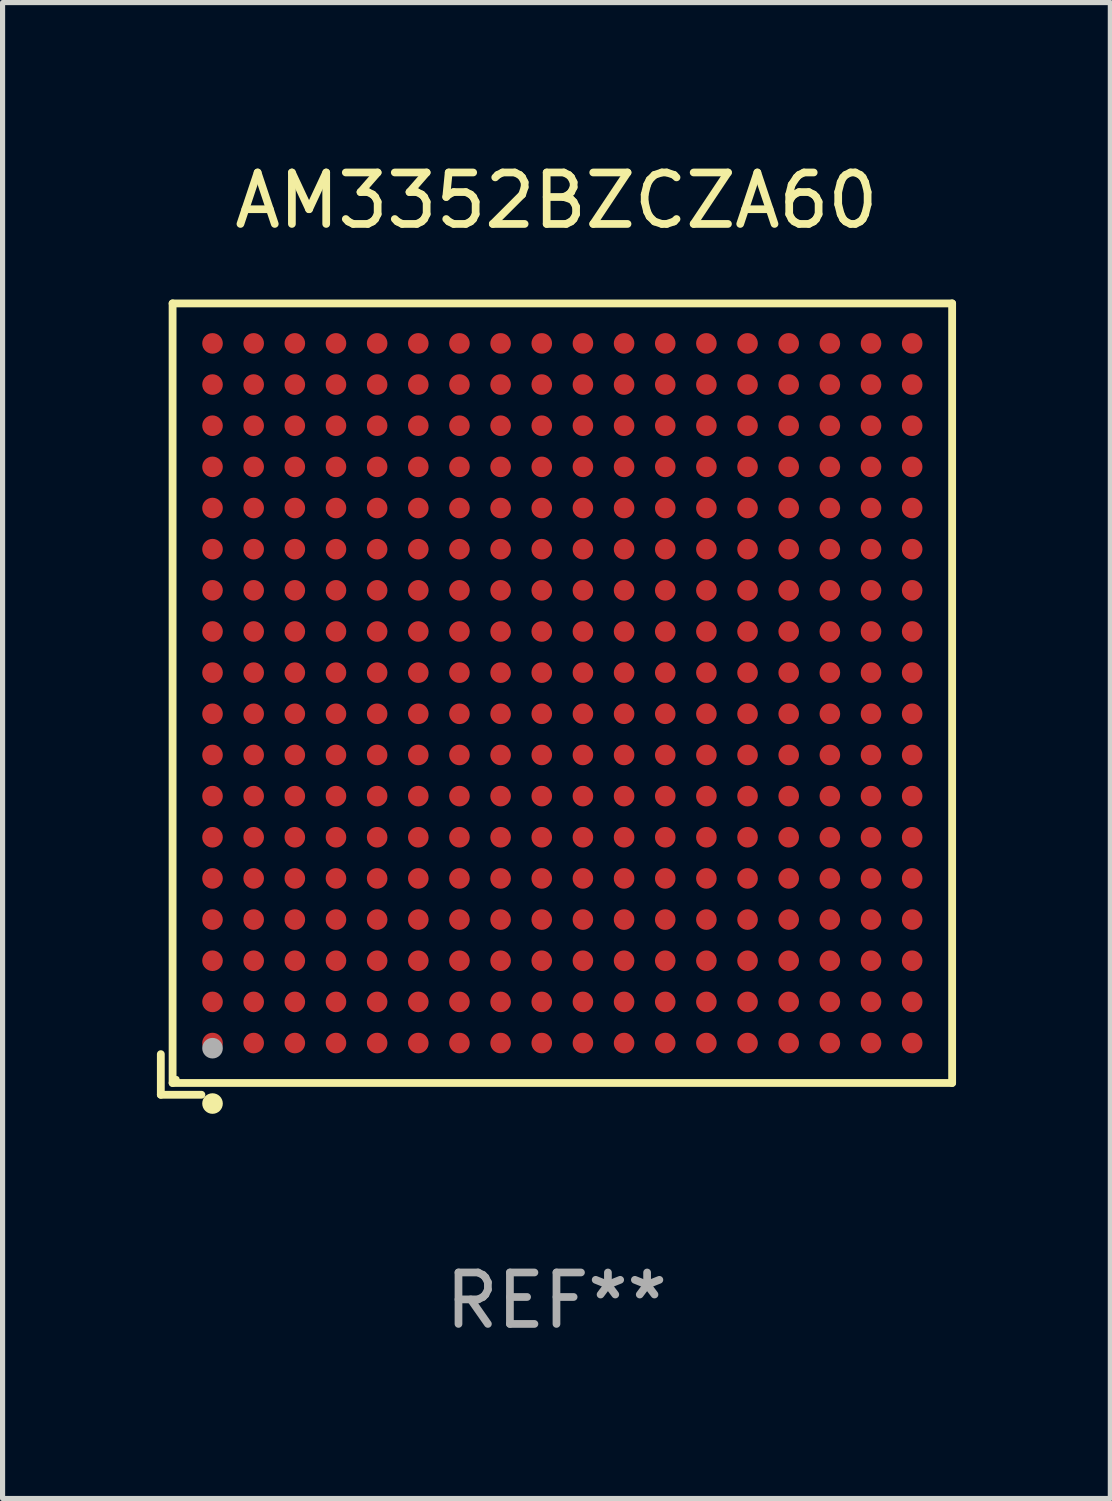
<source format=kicad_pcb>
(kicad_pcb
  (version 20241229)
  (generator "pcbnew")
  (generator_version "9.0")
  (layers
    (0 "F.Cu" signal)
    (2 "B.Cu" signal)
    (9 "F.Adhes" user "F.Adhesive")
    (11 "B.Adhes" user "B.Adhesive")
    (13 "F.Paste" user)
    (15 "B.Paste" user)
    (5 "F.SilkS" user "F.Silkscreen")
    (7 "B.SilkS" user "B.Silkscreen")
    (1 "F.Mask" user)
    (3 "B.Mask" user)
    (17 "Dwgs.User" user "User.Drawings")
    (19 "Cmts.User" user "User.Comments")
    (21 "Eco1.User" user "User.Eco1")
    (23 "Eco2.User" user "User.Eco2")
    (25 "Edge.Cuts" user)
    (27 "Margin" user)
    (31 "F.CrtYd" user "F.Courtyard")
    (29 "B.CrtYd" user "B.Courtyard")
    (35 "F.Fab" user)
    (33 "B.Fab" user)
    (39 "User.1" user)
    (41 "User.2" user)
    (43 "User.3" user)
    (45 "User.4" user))
  (footprint "AM3352BZCZA60"
    (layer "F.Cu")
    (at 7.767 10.539)
    (property "Reference" "AM3352BZCZA60" (at 0 -9.691 0) (layer "F.SilkS") (effects (font (size 1 1) (thickness 0.15))))
    (attr through_hole)
    (fp_line (start -7.691 6.902) (end -7.691 7.691) (stroke (width 0.152) (type solid)) (layer "F.SilkS"))
    (fp_line (start -7.691 7.691) (end -6.902 7.691) (stroke (width 0.152) (type solid)) (layer "F.SilkS"))
    (fp_line (start -7.462 -7.691) (end 7.691 -7.691) (stroke (width 0.152) (type solid)) (layer "F.SilkS"))
    (fp_line (start -7.462 7.462) (end -7.462 -7.691) (stroke (width 0.152) (type solid)) (layer "F.SilkS"))
    (fp_line (start 7.691 -7.691) (end 7.691 7.462) (stroke (width 0.152) (type solid)) (layer "F.SilkS"))
    (fp_line (start 7.691 7.462) (end -7.462 7.462) (stroke (width 0.152) (type solid)) (layer "F.SilkS"))
    (fp_circle (center -7.386 7.386) (end -7.356 7.386) (stroke (width 0.06) (type solid)) (fill no) (layer "F.SilkS"))
    (fp_circle (center -6.686 7.862) (end -6.586 7.862) (stroke (width 0.2) (type solid)) (fill no) (layer "F.SilkS"))
    (fp_circle (center -6.686 6.786) (end -6.586 6.786) (stroke (width 0.2) (type solid)) (fill no) (layer "F.Fab"))
    (fp_text user "REF**" (at 0 11.691 0) (layer "F.Fab") (effects (font (size 1 1) (thickness 0.15))))
    (pad "A1" smd circle (at -6.686 6.686) (size 0.4 0.4) (layers "F.Cu" "F.Mask" "F.Paste"))
    (pad "A2" smd circle (at -6.686 5.886) (size 0.4 0.4) (layers "F.Cu" "F.Mask" "F.Paste"))
    (pad "A3" smd circle (at -6.686 5.086) (size 0.4 0.4) (layers "F.Cu" "F.Mask" "F.Paste"))
    (pad "A4" smd circle (at -6.686 4.286) (size 0.4 0.4) (layers "F.Cu" "F.Mask" "F.Paste"))
    (pad "A5" smd circle (at -6.686 3.486) (size 0.4 0.4) (layers "F.Cu" "F.Mask" "F.Paste"))
    (pad "A6" smd circle (at -6.686 2.686) (size 0.4 0.4) (layers "F.Cu" "F.Mask" "F.Paste"))
    (pad "A7" smd circle (at -6.686 1.886) (size 0.4 0.4) (layers "F.Cu" "F.Mask" "F.Paste"))
    (pad "A8" smd circle (at -6.686 1.086) (size 0.4 0.4) (layers "F.Cu" "F.Mask" "F.Paste"))
    (pad "A9" smd circle (at -6.686 0.286) (size 0.4 0.4) (layers "F.Cu" "F.Mask" "F.Paste"))
    (pad "A10" smd circle (at -6.686 -0.514) (size 0.4 0.4) (layers "F.Cu" "F.Mask" "F.Paste"))
    (pad "A11" smd circle (at -6.686 -1.314) (size 0.4 0.4) (layers "F.Cu" "F.Mask" "F.Paste"))
    (pad "A12" smd circle (at -6.686 -2.114) (size 0.4 0.4) (layers "F.Cu" "F.Mask" "F.Paste"))
    (pad "A13" smd circle (at -6.686 -2.914) (size 0.4 0.4) (layers "F.Cu" "F.Mask" "F.Paste"))
    (pad "A14" smd circle (at -6.686 -3.714) (size 0.4 0.4) (layers "F.Cu" "F.Mask" "F.Paste"))
    (pad "A15" smd circle (at -6.686 -4.514) (size 0.4 0.4) (layers "F.Cu" "F.Mask" "F.Paste"))
    (pad "A16" smd circle (at -6.686 -5.314) (size 0.4 0.4) (layers "F.Cu" "F.Mask" "F.Paste"))
    (pad "A17" smd circle (at -6.686 -6.114) (size 0.4 0.4) (layers "F.Cu" "F.Mask" "F.Paste"))
    (pad "A18" smd circle (at -6.686 -6.914) (size 0.4 0.4) (layers "F.Cu" "F.Mask" "F.Paste"))
    (pad "B1" smd circle (at -5.886 6.686) (size 0.4 0.4) (layers "F.Cu" "F.Mask" "F.Paste"))
    (pad "B2" smd circle (at -5.886 5.886) (size 0.4 0.4) (layers "F.Cu" "F.Mask" "F.Paste"))
    (pad "B3" smd circle (at -5.886 5.086) (size 0.4 0.4) (layers "F.Cu" "F.Mask" "F.Paste"))
    (pad "B4" smd circle (at -5.886 4.286) (size 0.4 0.4) (layers "F.Cu" "F.Mask" "F.Paste"))
    (pad "B5" smd circle (at -5.886 3.486) (size 0.4 0.4) (layers "F.Cu" "F.Mask" "F.Paste"))
    (pad "B6" smd circle (at -5.886 2.686) (size 0.4 0.4) (layers "F.Cu" "F.Mask" "F.Paste"))
    (pad "B7" smd circle (at -5.886 1.886) (size 0.4 0.4) (layers "F.Cu" "F.Mask" "F.Paste"))
    (pad "B8" smd circle (at -5.886 1.086) (size 0.4 0.4) (layers "F.Cu" "F.Mask" "F.Paste"))
    (pad "B9" smd circle (at -5.886 0.286) (size 0.4 0.4) (layers "F.Cu" "F.Mask" "F.Paste"))
    (pad "B10" smd circle (at -5.886 -0.514) (size 0.4 0.4) (layers "F.Cu" "F.Mask" "F.Paste"))
    (pad "B11" smd circle (at -5.886 -1.314) (size 0.4 0.4) (layers "F.Cu" "F.Mask" "F.Paste"))
    (pad "B12" smd circle (at -5.886 -2.114) (size 0.4 0.4) (layers "F.Cu" "F.Mask" "F.Paste"))
    (pad "B13" smd circle (at -5.886 -2.914) (size 0.4 0.4) (layers "F.Cu" "F.Mask" "F.Paste"))
    (pad "B14" smd circle (at -5.886 -3.714) (size 0.4 0.4) (layers "F.Cu" "F.Mask" "F.Paste"))
    (pad "B15" smd circle (at -5.886 -4.514) (size 0.4 0.4) (layers "F.Cu" "F.Mask" "F.Paste"))
    (pad "B16" smd circle (at -5.886 -5.314) (size 0.4 0.4) (layers "F.Cu" "F.Mask" "F.Paste"))
    (pad "B17" smd circle (at -5.886 -6.114) (size 0.4 0.4) (layers "F.Cu" "F.Mask" "F.Paste"))
    (pad "B18" smd circle (at -5.886 -6.914) (size 0.4 0.4) (layers "F.Cu" "F.Mask" "F.Paste"))
    (pad "C1" smd circle (at -5.086 6.686) (size 0.4 0.4) (layers "F.Cu" "F.Mask" "F.Paste"))
    (pad "C2" smd circle (at -5.086 5.886) (size 0.4 0.4) (layers "F.Cu" "F.Mask" "F.Paste"))
    (pad "C3" smd circle (at -5.086 5.086) (size 0.4 0.4) (layers "F.Cu" "F.Mask" "F.Paste"))
    (pad "C4" smd circle (at -5.086 4.286) (size 0.4 0.4) (layers "F.Cu" "F.Mask" "F.Paste"))
    (pad "C5" smd circle (at -5.086 3.486) (size 0.4 0.4) (layers "F.Cu" "F.Mask" "F.Paste"))
    (pad "C6" smd circle (at -5.086 2.686) (size 0.4 0.4) (layers "F.Cu" "F.Mask" "F.Paste"))
    (pad "C7" smd circle (at -5.086 1.886) (size 0.4 0.4) (layers "F.Cu" "F.Mask" "F.Paste"))
    (pad "C8" smd circle (at -5.086 1.086) (size 0.4 0.4) (layers "F.Cu" "F.Mask" "F.Paste"))
    (pad "C9" smd circle (at -5.086 0.286) (size 0.4 0.4) (layers "F.Cu" "F.Mask" "F.Paste"))
    (pad "C10" smd circle (at -5.086 -0.514) (size 0.4 0.4) (layers "F.Cu" "F.Mask" "F.Paste"))
    (pad "C11" smd circle (at -5.086 -1.314) (size 0.4 0.4) (layers "F.Cu" "F.Mask" "F.Paste"))
    (pad "C12" smd circle (at -5.086 -2.114) (size 0.4 0.4) (layers "F.Cu" "F.Mask" "F.Paste"))
    (pad "C13" smd circle (at -5.086 -2.914) (size 0.4 0.4) (layers "F.Cu" "F.Mask" "F.Paste"))
    (pad "C14" smd circle (at -5.086 -3.714) (size 0.4 0.4) (layers "F.Cu" "F.Mask" "F.Paste"))
    (pad "C15" smd circle (at -5.086 -4.514) (size 0.4 0.4) (layers "F.Cu" "F.Mask" "F.Paste"))
    (pad "C16" smd circle (at -5.086 -5.314) (size 0.4 0.4) (layers "F.Cu" "F.Mask" "F.Paste"))
    (pad "C17" smd circle (at -5.086 -6.114) (size 0.4 0.4) (layers "F.Cu" "F.Mask" "F.Paste"))
    (pad "C18" smd circle (at -5.086 -6.914) (size 0.4 0.4) (layers "F.Cu" "F.Mask" "F.Paste"))
    (pad "D1" smd circle (at -4.286 6.686) (size 0.4 0.4) (layers "F.Cu" "F.Mask" "F.Paste"))
    (pad "D2" smd circle (at -4.286 5.886) (size 0.4 0.4) (layers "F.Cu" "F.Mask" "F.Paste"))
    (pad "D3" smd circle (at -4.286 5.086) (size 0.4 0.4) (layers "F.Cu" "F.Mask" "F.Paste"))
    (pad "D4" smd circle (at -4.286 4.286) (size 0.4 0.4) (layers "F.Cu" "F.Mask" "F.Paste"))
    (pad "D5" smd circle (at -4.286 3.486) (size 0.4 0.4) (layers "F.Cu" "F.Mask" "F.Paste"))
    (pad "D6" smd circle (at -4.286 2.686) (size 0.4 0.4) (layers "F.Cu" "F.Mask" "F.Paste"))
    (pad "D7" smd circle (at -4.286 1.886) (size 0.4 0.4) (layers "F.Cu" "F.Mask" "F.Paste"))
    (pad "D8" smd circle (at -4.286 1.086) (size 0.4 0.4) (layers "F.Cu" "F.Mask" "F.Paste"))
    (pad "D9" smd circle (at -4.286 0.286) (size 0.4 0.4) (layers "F.Cu" "F.Mask" "F.Paste"))
    (pad "D10" smd circle (at -4.286 -0.514) (size 0.4 0.4) (layers "F.Cu" "F.Mask" "F.Paste"))
    (pad "D11" smd circle (at -4.286 -1.314) (size 0.4 0.4) (layers "F.Cu" "F.Mask" "F.Paste"))
    (pad "D12" smd circle (at -4.286 -2.114) (size 0.4 0.4) (layers "F.Cu" "F.Mask" "F.Paste"))
    (pad "D13" smd circle (at -4.286 -2.914) (size 0.4 0.4) (layers "F.Cu" "F.Mask" "F.Paste"))
    (pad "D14" smd circle (at -4.286 -3.714) (size 0.4 0.4) (layers "F.Cu" "F.Mask" "F.Paste"))
    (pad "D15" smd circle (at -4.286 -4.514) (size 0.4 0.4) (layers "F.Cu" "F.Mask" "F.Paste"))
    (pad "D16" smd circle (at -4.286 -5.314) (size 0.4 0.4) (layers "F.Cu" "F.Mask" "F.Paste"))
    (pad "D17" smd circle (at -4.286 -6.114) (size 0.4 0.4) (layers "F.Cu" "F.Mask" "F.Paste"))
    (pad "D18" smd circle (at -4.286 -6.914) (size 0.4 0.4) (layers "F.Cu" "F.Mask" "F.Paste"))
    (pad "E1" smd circle (at -3.486 6.686) (size 0.4 0.4) (layers "F.Cu" "F.Mask" "F.Paste"))
    (pad "E2" smd circle (at -3.486 5.886) (size 0.4 0.4) (layers "F.Cu" "F.Mask" "F.Paste"))
    (pad "E3" smd circle (at -3.486 5.086) (size 0.4 0.4) (layers "F.Cu" "F.Mask" "F.Paste"))
    (pad "E4" smd circle (at -3.486 4.286) (size 0.4 0.4) (layers "F.Cu" "F.Mask" "F.Paste"))
    (pad "E5" smd circle (at -3.486 3.486) (size 0.4 0.4) (layers "F.Cu" "F.Mask" "F.Paste"))
    (pad "E6" smd circle (at -3.486 2.686) (size 0.4 0.4) (layers "F.Cu" "F.Mask" "F.Paste"))
    (pad "E7" smd circle (at -3.486 1.886) (size 0.4 0.4) (layers "F.Cu" "F.Mask" "F.Paste"))
    (pad "E8" smd circle (at -3.486 1.086) (size 0.4 0.4) (layers "F.Cu" "F.Mask" "F.Paste"))
    (pad "E9" smd circle (at -3.486 0.286) (size 0.4 0.4) (layers "F.Cu" "F.Mask" "F.Paste"))
    (pad "E10" smd circle (at -3.486 -0.514) (size 0.4 0.4) (layers "F.Cu" "F.Mask" "F.Paste"))
    (pad "E11" smd circle (at -3.486 -1.314) (size 0.4 0.4) (layers "F.Cu" "F.Mask" "F.Paste"))
    (pad "E12" smd circle (at -3.486 -2.114) (size 0.4 0.4) (layers "F.Cu" "F.Mask" "F.Paste"))
    (pad "E13" smd circle (at -3.486 -2.914) (size 0.4 0.4) (layers "F.Cu" "F.Mask" "F.Paste"))
    (pad "E14" smd circle (at -3.486 -3.714) (size 0.4 0.4) (layers "F.Cu" "F.Mask" "F.Paste"))
    (pad "E15" smd circle (at -3.486 -4.514) (size 0.4 0.4) (layers "F.Cu" "F.Mask" "F.Paste"))
    (pad "E16" smd circle (at -3.486 -5.314) (size 0.4 0.4) (layers "F.Cu" "F.Mask" "F.Paste"))
    (pad "E17" smd circle (at -3.486 -6.114) (size 0.4 0.4) (layers "F.Cu" "F.Mask" "F.Paste"))
    (pad "E18" smd circle (at -3.486 -6.914) (size 0.4 0.4) (layers "F.Cu" "F.Mask" "F.Paste"))
    (pad "F1" smd circle (at -2.686 6.686) (size 0.4 0.4) (layers "F.Cu" "F.Mask" "F.Paste"))
    (pad "F2" smd circle (at -2.686 5.886) (size 0.4 0.4) (layers "F.Cu" "F.Mask" "F.Paste"))
    (pad "F3" smd circle (at -2.686 5.086) (size 0.4 0.4) (layers "F.Cu" "F.Mask" "F.Paste"))
    (pad "F4" smd circle (at -2.686 4.286) (size 0.4 0.4) (layers "F.Cu" "F.Mask" "F.Paste"))
    (pad "F5" smd circle (at -2.686 3.486) (size 0.4 0.4) (layers "F.Cu" "F.Mask" "F.Paste"))
    (pad "F6" smd circle (at -2.686 2.686) (size 0.4 0.4) (layers "F.Cu" "F.Mask" "F.Paste"))
    (pad "F7" smd circle (at -2.686 1.886) (size 0.4 0.4) (layers "F.Cu" "F.Mask" "F.Paste"))
    (pad "F8" smd circle (at -2.686 1.086) (size 0.4 0.4) (layers "F.Cu" "F.Mask" "F.Paste"))
    (pad "F9" smd circle (at -2.686 0.286) (size 0.4 0.4) (layers "F.Cu" "F.Mask" "F.Paste"))
    (pad "F10" smd circle (at -2.686 -0.514) (size 0.4 0.4) (layers "F.Cu" "F.Mask" "F.Paste"))
    (pad "F11" smd circle (at -2.686 -1.314) (size 0.4 0.4) (layers "F.Cu" "F.Mask" "F.Paste"))
    (pad "F12" smd circle (at -2.686 -2.114) (size 0.4 0.4) (layers "F.Cu" "F.Mask" "F.Paste"))
    (pad "F13" smd circle (at -2.686 -2.914) (size 0.4 0.4) (layers "F.Cu" "F.Mask" "F.Paste"))
    (pad "F14" smd circle (at -2.686 -3.714) (size 0.4 0.4) (layers "F.Cu" "F.Mask" "F.Paste"))
    (pad "F15" smd circle (at -2.686 -4.514) (size 0.4 0.4) (layers "F.Cu" "F.Mask" "F.Paste"))
    (pad "F16" smd circle (at -2.686 -5.314) (size 0.4 0.4) (layers "F.Cu" "F.Mask" "F.Paste"))
    (pad "F17" smd circle (at -2.686 -6.114) (size 0.4 0.4) (layers "F.Cu" "F.Mask" "F.Paste"))
    (pad "F18" smd circle (at -2.686 -6.914) (size 0.4 0.4) (layers "F.Cu" "F.Mask" "F.Paste"))
    (pad "G1" smd circle (at -1.886 6.686) (size 0.4 0.4) (layers "F.Cu" "F.Mask" "F.Paste"))
    (pad "G2" smd circle (at -1.886 5.886) (size 0.4 0.4) (layers "F.Cu" "F.Mask" "F.Paste"))
    (pad "G3" smd circle (at -1.886 5.086) (size 0.4 0.4) (layers "F.Cu" "F.Mask" "F.Paste"))
    (pad "G4" smd circle (at -1.886 4.286) (size 0.4 0.4) (layers "F.Cu" "F.Mask" "F.Paste"))
    (pad "G5" smd circle (at -1.886 3.486) (size 0.4 0.4) (layers "F.Cu" "F.Mask" "F.Paste"))
    (pad "G6" smd circle (at -1.886 2.686) (size 0.4 0.4) (layers "F.Cu" "F.Mask" "F.Paste"))
    (pad "G7" smd circle (at -1.886 1.886) (size 0.4 0.4) (layers "F.Cu" "F.Mask" "F.Paste"))
    (pad "G8" smd circle (at -1.886 1.086) (size 0.4 0.4) (layers "F.Cu" "F.Mask" "F.Paste"))
    (pad "G9" smd circle (at -1.886 0.286) (size 0.4 0.4) (layers "F.Cu" "F.Mask" "F.Paste"))
    (pad "G10" smd circle (at -1.886 -0.514) (size 0.4 0.4) (layers "F.Cu" "F.Mask" "F.Paste"))
    (pad "G11" smd circle (at -1.886 -1.314) (size 0.4 0.4) (layers "F.Cu" "F.Mask" "F.Paste"))
    (pad "G12" smd circle (at -1.886 -2.114) (size 0.4 0.4) (layers "F.Cu" "F.Mask" "F.Paste"))
    (pad "G13" smd circle (at -1.886 -2.914) (size 0.4 0.4) (layers "F.Cu" "F.Mask" "F.Paste"))
    (pad "G14" smd circle (at -1.886 -3.714) (size 0.4 0.4) (layers "F.Cu" "F.Mask" "F.Paste"))
    (pad "G15" smd circle (at -1.886 -4.514) (size 0.4 0.4) (layers "F.Cu" "F.Mask" "F.Paste"))
    (pad "G16" smd circle (at -1.886 -5.314) (size 0.4 0.4) (layers "F.Cu" "F.Mask" "F.Paste"))
    (pad "G17" smd circle (at -1.886 -6.114) (size 0.4 0.4) (layers "F.Cu" "F.Mask" "F.Paste"))
    (pad "G18" smd circle (at -1.886 -6.914) (size 0.4 0.4) (layers "F.Cu" "F.Mask" "F.Paste"))
    (pad "H1" smd circle (at -1.086 6.686) (size 0.4 0.4) (layers "F.Cu" "F.Mask" "F.Paste"))
    (pad "H2" smd circle (at -1.086 5.886) (size 0.4 0.4) (layers "F.Cu" "F.Mask" "F.Paste"))
    (pad "H3" smd circle (at -1.086 5.086) (size 0.4 0.4) (layers "F.Cu" "F.Mask" "F.Paste"))
    (pad "H4" smd circle (at -1.086 4.286) (size 0.4 0.4) (layers "F.Cu" "F.Mask" "F.Paste"))
    (pad "H5" smd circle (at -1.086 3.486) (size 0.4 0.4) (layers "F.Cu" "F.Mask" "F.Paste"))
    (pad "H6" smd circle (at -1.086 2.686) (size 0.4 0.4) (layers "F.Cu" "F.Mask" "F.Paste"))
    (pad "H7" smd circle (at -1.086 1.886) (size 0.4 0.4) (layers "F.Cu" "F.Mask" "F.Paste"))
    (pad "H8" smd circle (at -1.086 1.086) (size 0.4 0.4) (layers "F.Cu" "F.Mask" "F.Paste"))
    (pad "H9" smd circle (at -1.086 0.286) (size 0.4 0.4) (layers "F.Cu" "F.Mask" "F.Paste"))
    (pad "H10" smd circle (at -1.086 -0.514) (size 0.4 0.4) (layers "F.Cu" "F.Mask" "F.Paste"))
    (pad "H11" smd circle (at -1.086 -1.314) (size 0.4 0.4) (layers "F.Cu" "F.Mask" "F.Paste"))
    (pad "H12" smd circle (at -1.086 -2.114) (size 0.4 0.4) (layers "F.Cu" "F.Mask" "F.Paste"))
    (pad "H13" smd circle (at -1.086 -2.914) (size 0.4 0.4) (layers "F.Cu" "F.Mask" "F.Paste"))
    (pad "H14" smd circle (at -1.086 -3.714) (size 0.4 0.4) (layers "F.Cu" "F.Mask" "F.Paste"))
    (pad "H15" smd circle (at -1.086 -4.514) (size 0.4 0.4) (layers "F.Cu" "F.Mask" "F.Paste"))
    (pad "H16" smd circle (at -1.086 -5.314) (size 0.4 0.4) (layers "F.Cu" "F.Mask" "F.Paste"))
    (pad "H17" smd circle (at -1.086 -6.114) (size 0.4 0.4) (layers "F.Cu" "F.Mask" "F.Paste"))
    (pad "H18" smd circle (at -1.086 -6.914) (size 0.4 0.4) (layers "F.Cu" "F.Mask" "F.Paste"))
    (pad "J1" smd circle (at -0.286 6.686) (size 0.4 0.4) (layers "F.Cu" "F.Mask" "F.Paste"))
    (pad "J2" smd circle (at -0.286 5.886) (size 0.4 0.4) (layers "F.Cu" "F.Mask" "F.Paste"))
    (pad "J3" smd circle (at -0.286 5.086) (size 0.4 0.4) (layers "F.Cu" "F.Mask" "F.Paste"))
    (pad "J4" smd circle (at -0.286 4.286) (size 0.4 0.4) (layers "F.Cu" "F.Mask" "F.Paste"))
    (pad "J5" smd circle (at -0.286 3.486) (size 0.4 0.4) (layers "F.Cu" "F.Mask" "F.Paste"))
    (pad "J6" smd circle (at -0.286 2.686) (size 0.4 0.4) (layers "F.Cu" "F.Mask" "F.Paste"))
    (pad "J7" smd circle (at -0.286 1.886) (size 0.4 0.4) (layers "F.Cu" "F.Mask" "F.Paste"))
    (pad "J8" smd circle (at -0.286 1.086) (size 0.4 0.4) (layers "F.Cu" "F.Mask" "F.Paste"))
    (pad "J9" smd circle (at -0.286 0.286) (size 0.4 0.4) (layers "F.Cu" "F.Mask" "F.Paste"))
    (pad "J10" smd circle (at -0.286 -0.514) (size 0.4 0.4) (layers "F.Cu" "F.Mask" "F.Paste"))
    (pad "J11" smd circle (at -0.286 -1.314) (size 0.4 0.4) (layers "F.Cu" "F.Mask" "F.Paste"))
    (pad "J12" smd circle (at -0.286 -2.114) (size 0.4 0.4) (layers "F.Cu" "F.Mask" "F.Paste"))
    (pad "J13" smd circle (at -0.286 -2.914) (size 0.4 0.4) (layers "F.Cu" "F.Mask" "F.Paste"))
    (pad "J14" smd circle (at -0.286 -3.714) (size 0.4 0.4) (layers "F.Cu" "F.Mask" "F.Paste"))
    (pad "J15" smd circle (at -0.286 -4.514) (size 0.4 0.4) (layers "F.Cu" "F.Mask" "F.Paste"))
    (pad "J16" smd circle (at -0.286 -5.314) (size 0.4 0.4) (layers "F.Cu" "F.Mask" "F.Paste"))
    (pad "J17" smd circle (at -0.286 -6.114) (size 0.4 0.4) (layers "F.Cu" "F.Mask" "F.Paste"))
    (pad "J18" smd circle (at -0.286 -6.914) (size 0.4 0.4) (layers "F.Cu" "F.Mask" "F.Paste"))
    (pad "K1" smd circle (at 0.514 6.686) (size 0.4 0.4) (layers "F.Cu" "F.Mask" "F.Paste"))
    (pad "K2" smd circle (at 0.514 5.886) (size 0.4 0.4) (layers "F.Cu" "F.Mask" "F.Paste"))
    (pad "K3" smd circle (at 0.514 5.086) (size 0.4 0.4) (layers "F.Cu" "F.Mask" "F.Paste"))
    (pad "K4" smd circle (at 0.514 4.286) (size 0.4 0.4) (layers "F.Cu" "F.Mask" "F.Paste"))
    (pad "K5" smd circle (at 0.514 3.486) (size 0.4 0.4) (layers "F.Cu" "F.Mask" "F.Paste"))
    (pad "K6" smd circle (at 0.514 2.686) (size 0.4 0.4) (layers "F.Cu" "F.Mask" "F.Paste"))
    (pad "K7" smd circle (at 0.514 1.886) (size 0.4 0.4) (layers "F.Cu" "F.Mask" "F.Paste"))
    (pad "K8" smd circle (at 0.514 1.086) (size 0.4 0.4) (layers "F.Cu" "F.Mask" "F.Paste"))
    (pad "K9" smd circle (at 0.514 0.286) (size 0.4 0.4) (layers "F.Cu" "F.Mask" "F.Paste"))
    (pad "K10" smd circle (at 0.514 -0.514) (size 0.4 0.4) (layers "F.Cu" "F.Mask" "F.Paste"))
    (pad "K11" smd circle (at 0.514 -1.314) (size 0.4 0.4) (layers "F.Cu" "F.Mask" "F.Paste"))
    (pad "K12" smd circle (at 0.514 -2.114) (size 0.4 0.4) (layers "F.Cu" "F.Mask" "F.Paste"))
    (pad "K13" smd circle (at 0.514 -2.914) (size 0.4 0.4) (layers "F.Cu" "F.Mask" "F.Paste"))
    (pad "K14" smd circle (at 0.514 -3.714) (size 0.4 0.4) (layers "F.Cu" "F.Mask" "F.Paste"))
    (pad "K15" smd circle (at 0.514 -4.514) (size 0.4 0.4) (layers "F.Cu" "F.Mask" "F.Paste"))
    (pad "K16" smd circle (at 0.514 -5.314) (size 0.4 0.4) (layers "F.Cu" "F.Mask" "F.Paste"))
    (pad "K17" smd circle (at 0.514 -6.114) (size 0.4 0.4) (layers "F.Cu" "F.Mask" "F.Paste"))
    (pad "K18" smd circle (at 0.514 -6.914) (size 0.4 0.4) (layers "F.Cu" "F.Mask" "F.Paste"))
    (pad "L1" smd circle (at 1.314 6.686) (size 0.4 0.4) (layers "F.Cu" "F.Mask" "F.Paste"))
    (pad "L2" smd circle (at 1.314 5.886) (size 0.4 0.4) (layers "F.Cu" "F.Mask" "F.Paste"))
    (pad "L3" smd circle (at 1.314 5.086) (size 0.4 0.4) (layers "F.Cu" "F.Mask" "F.Paste"))
    (pad "L4" smd circle (at 1.314 4.286) (size 0.4 0.4) (layers "F.Cu" "F.Mask" "F.Paste"))
    (pad "L5" smd circle (at 1.314 3.486) (size 0.4 0.4) (layers "F.Cu" "F.Mask" "F.Paste"))
    (pad "L6" smd circle (at 1.314 2.686) (size 0.4 0.4) (layers "F.Cu" "F.Mask" "F.Paste"))
    (pad "L7" smd circle (at 1.314 1.886) (size 0.4 0.4) (layers "F.Cu" "F.Mask" "F.Paste"))
    (pad "L8" smd circle (at 1.314 1.086) (size 0.4 0.4) (layers "F.Cu" "F.Mask" "F.Paste"))
    (pad "L9" smd circle (at 1.314 0.286) (size 0.4 0.4) (layers "F.Cu" "F.Mask" "F.Paste"))
    (pad "L10" smd circle (at 1.314 -0.514) (size 0.4 0.4) (layers "F.Cu" "F.Mask" "F.Paste"))
    (pad "L11" smd circle (at 1.314 -1.314) (size 0.4 0.4) (layers "F.Cu" "F.Mask" "F.Paste"))
    (pad "L12" smd circle (at 1.314 -2.114) (size 0.4 0.4) (layers "F.Cu" "F.Mask" "F.Paste"))
    (pad "L13" smd circle (at 1.314 -2.914) (size 0.4 0.4) (layers "F.Cu" "F.Mask" "F.Paste"))
    (pad "L14" smd circle (at 1.314 -3.714) (size 0.4 0.4) (layers "F.Cu" "F.Mask" "F.Paste"))
    (pad "L15" smd circle (at 1.314 -4.514) (size 0.4 0.4) (layers "F.Cu" "F.Mask" "F.Paste"))
    (pad "L16" smd circle (at 1.314 -5.314) (size 0.4 0.4) (layers "F.Cu" "F.Mask" "F.Paste"))
    (pad "L17" smd circle (at 1.314 -6.114) (size 0.4 0.4) (layers "F.Cu" "F.Mask" "F.Paste"))
    (pad "L18" smd circle (at 1.314 -6.914) (size 0.4 0.4) (layers "F.Cu" "F.Mask" "F.Paste"))
    (pad "M1" smd circle (at 2.114 6.686) (size 0.4 0.4) (layers "F.Cu" "F.Mask" "F.Paste"))
    (pad "M2" smd circle (at 2.114 5.886) (size 0.4 0.4) (layers "F.Cu" "F.Mask" "F.Paste"))
    (pad "M3" smd circle (at 2.114 5.086) (size 0.4 0.4) (layers "F.Cu" "F.Mask" "F.Paste"))
    (pad "M4" smd circle (at 2.114 4.286) (size 0.4 0.4) (layers "F.Cu" "F.Mask" "F.Paste"))
    (pad "M5" smd circle (at 2.114 3.486) (size 0.4 0.4) (layers "F.Cu" "F.Mask" "F.Paste"))
    (pad "M6" smd circle (at 2.114 2.686) (size 0.4 0.4) (layers "F.Cu" "F.Mask" "F.Paste"))
    (pad "M7" smd circle (at 2.114 1.886) (size 0.4 0.4) (layers "F.Cu" "F.Mask" "F.Paste"))
    (pad "M8" smd circle (at 2.114 1.086) (size 0.4 0.4) (layers "F.Cu" "F.Mask" "F.Paste"))
    (pad "M9" smd circle (at 2.114 0.286) (size 0.4 0.4) (layers "F.Cu" "F.Mask" "F.Paste"))
    (pad "M10" smd circle (at 2.114 -0.514) (size 0.4 0.4) (layers "F.Cu" "F.Mask" "F.Paste"))
    (pad "M11" smd circle (at 2.114 -1.314) (size 0.4 0.4) (layers "F.Cu" "F.Mask" "F.Paste"))
    (pad "M12" smd circle (at 2.114 -2.114) (size 0.4 0.4) (layers "F.Cu" "F.Mask" "F.Paste"))
    (pad "M13" smd circle (at 2.114 -2.914) (size 0.4 0.4) (layers "F.Cu" "F.Mask" "F.Paste"))
    (pad "M14" smd circle (at 2.114 -3.714) (size 0.4 0.4) (layers "F.Cu" "F.Mask" "F.Paste"))
    (pad "M15" smd circle (at 2.114 -4.514) (size 0.4 0.4) (layers "F.Cu" "F.Mask" "F.Paste"))
    (pad "M16" smd circle (at 2.114 -5.314) (size 0.4 0.4) (layers "F.Cu" "F.Mask" "F.Paste"))
    (pad "M17" smd circle (at 2.114 -6.114) (size 0.4 0.4) (layers "F.Cu" "F.Mask" "F.Paste"))
    (pad "M18" smd circle (at 2.114 -6.914) (size 0.4 0.4) (layers "F.Cu" "F.Mask" "F.Paste"))
    (pad "N1" smd circle (at 2.914 6.686) (size 0.4 0.4) (layers "F.Cu" "F.Mask" "F.Paste"))
    (pad "N2" smd circle (at 2.914 5.886) (size 0.4 0.4) (layers "F.Cu" "F.Mask" "F.Paste"))
    (pad "N3" smd circle (at 2.914 5.086) (size 0.4 0.4) (layers "F.Cu" "F.Mask" "F.Paste"))
    (pad "N4" smd circle (at 2.914 4.286) (size 0.4 0.4) (layers "F.Cu" "F.Mask" "F.Paste"))
    (pad "N5" smd circle (at 2.914 3.486) (size 0.4 0.4) (layers "F.Cu" "F.Mask" "F.Paste"))
    (pad "N6" smd circle (at 2.914 2.686) (size 0.4 0.4) (layers "F.Cu" "F.Mask" "F.Paste"))
    (pad "N7" smd circle (at 2.914 1.886) (size 0.4 0.4) (layers "F.Cu" "F.Mask" "F.Paste"))
    (pad "N8" smd circle (at 2.914 1.086) (size 0.4 0.4) (layers "F.Cu" "F.Mask" "F.Paste"))
    (pad "N9" smd circle (at 2.914 0.286) (size 0.4 0.4) (layers "F.Cu" "F.Mask" "F.Paste"))
    (pad "N10" smd circle (at 2.914 -0.514) (size 0.4 0.4) (layers "F.Cu" "F.Mask" "F.Paste"))
    (pad "N11" smd circle (at 2.914 -1.314) (size 0.4 0.4) (layers "F.Cu" "F.Mask" "F.Paste"))
    (pad "N12" smd circle (at 2.914 -2.114) (size 0.4 0.4) (layers "F.Cu" "F.Mask" "F.Paste"))
    (pad "N13" smd circle (at 2.914 -2.914) (size 0.4 0.4) (layers "F.Cu" "F.Mask" "F.Paste"))
    (pad "N14" smd circle (at 2.914 -3.714) (size 0.4 0.4) (layers "F.Cu" "F.Mask" "F.Paste"))
    (pad "N15" smd circle (at 2.914 -4.514) (size 0.4 0.4) (layers "F.Cu" "F.Mask" "F.Paste"))
    (pad "N16" smd circle (at 2.914 -5.314) (size 0.4 0.4) (layers "F.Cu" "F.Mask" "F.Paste"))
    (pad "N17" smd circle (at 2.914 -6.114) (size 0.4 0.4) (layers "F.Cu" "F.Mask" "F.Paste"))
    (pad "N18" smd circle (at 2.914 -6.914) (size 0.4 0.4) (layers "F.Cu" "F.Mask" "F.Paste"))
    (pad "P1" smd circle (at 3.714 6.686) (size 0.4 0.4) (layers "F.Cu" "F.Mask" "F.Paste"))
    (pad "P2" smd circle (at 3.714 5.886) (size 0.4 0.4) (layers "F.Cu" "F.Mask" "F.Paste"))
    (pad "P3" smd circle (at 3.714 5.086) (size 0.4 0.4) (layers "F.Cu" "F.Mask" "F.Paste"))
    (pad "P4" smd circle (at 3.714 4.286) (size 0.4 0.4) (layers "F.Cu" "F.Mask" "F.Paste"))
    (pad "P5" smd circle (at 3.714 3.486) (size 0.4 0.4) (layers "F.Cu" "F.Mask" "F.Paste"))
    (pad "P6" smd circle (at 3.714 2.686) (size 0.4 0.4) (layers "F.Cu" "F.Mask" "F.Paste"))
    (pad "P7" smd circle (at 3.714 1.886) (size 0.4 0.4) (layers "F.Cu" "F.Mask" "F.Paste"))
    (pad "P8" smd circle (at 3.714 1.086) (size 0.4 0.4) (layers "F.Cu" "F.Mask" "F.Paste"))
    (pad "P9" smd circle (at 3.714 0.286) (size 0.4 0.4) (layers "F.Cu" "F.Mask" "F.Paste"))
    (pad "P10" smd circle (at 3.714 -0.514) (size 0.4 0.4) (layers "F.Cu" "F.Mask" "F.Paste"))
    (pad "P11" smd circle (at 3.714 -1.314) (size 0.4 0.4) (layers "F.Cu" "F.Mask" "F.Paste"))
    (pad "P12" smd circle (at 3.714 -2.114) (size 0.4 0.4) (layers "F.Cu" "F.Mask" "F.Paste"))
    (pad "P13" smd circle (at 3.714 -2.914) (size 0.4 0.4) (layers "F.Cu" "F.Mask" "F.Paste"))
    (pad "P14" smd circle (at 3.714 -3.714) (size 0.4 0.4) (layers "F.Cu" "F.Mask" "F.Paste"))
    (pad "P15" smd circle (at 3.714 -4.514) (size 0.4 0.4) (layers "F.Cu" "F.Mask" "F.Paste"))
    (pad "P16" smd circle (at 3.714 -5.314) (size 0.4 0.4) (layers "F.Cu" "F.Mask" "F.Paste"))
    (pad "P17" smd circle (at 3.714 -6.114) (size 0.4 0.4) (layers "F.Cu" "F.Mask" "F.Paste"))
    (pad "P18" smd circle (at 3.714 -6.914) (size 0.4 0.4) (layers "F.Cu" "F.Mask" "F.Paste"))
    (pad "R1" smd circle (at 4.514 6.686) (size 0.4 0.4) (layers "F.Cu" "F.Mask" "F.Paste"))
    (pad "R2" smd circle (at 4.514 5.886) (size 0.4 0.4) (layers "F.Cu" "F.Mask" "F.Paste"))
    (pad "R3" smd circle (at 4.514 5.086) (size 0.4 0.4) (layers "F.Cu" "F.Mask" "F.Paste"))
    (pad "R4" smd circle (at 4.514 4.286) (size 0.4 0.4) (layers "F.Cu" "F.Mask" "F.Paste"))
    (pad "R5" smd circle (at 4.514 3.486) (size 0.4 0.4) (layers "F.Cu" "F.Mask" "F.Paste"))
    (pad "R6" smd circle (at 4.514 2.686) (size 0.4 0.4) (layers "F.Cu" "F.Mask" "F.Paste"))
    (pad "R7" smd circle (at 4.514 1.886) (size 0.4 0.4) (layers "F.Cu" "F.Mask" "F.Paste"))
    (pad "R8" smd circle (at 4.514 1.086) (size 0.4 0.4) (layers "F.Cu" "F.Mask" "F.Paste"))
    (pad "R9" smd circle (at 4.514 0.286) (size 0.4 0.4) (layers "F.Cu" "F.Mask" "F.Paste"))
    (pad "R10" smd circle (at 4.514 -0.514) (size 0.4 0.4) (layers "F.Cu" "F.Mask" "F.Paste"))
    (pad "R11" smd circle (at 4.514 -1.314) (size 0.4 0.4) (layers "F.Cu" "F.Mask" "F.Paste"))
    (pad "R12" smd circle (at 4.514 -2.114) (size 0.4 0.4) (layers "F.Cu" "F.Mask" "F.Paste"))
    (pad "R13" smd circle (at 4.514 -2.914) (size 0.4 0.4) (layers "F.Cu" "F.Mask" "F.Paste"))
    (pad "R14" smd circle (at 4.514 -3.714) (size 0.4 0.4) (layers "F.Cu" "F.Mask" "F.Paste"))
    (pad "R15" smd circle (at 4.514 -4.514) (size 0.4 0.4) (layers "F.Cu" "F.Mask" "F.Paste"))
    (pad "R16" smd circle (at 4.514 -5.314) (size 0.4 0.4) (layers "F.Cu" "F.Mask" "F.Paste"))
    (pad "R17" smd circle (at 4.514 -6.114) (size 0.4 0.4) (layers "F.Cu" "F.Mask" "F.Paste"))
    (pad "R18" smd circle (at 4.514 -6.914) (size 0.4 0.4) (layers "F.Cu" "F.Mask" "F.Paste"))
    (pad "T1" smd circle (at 5.314 6.686) (size 0.4 0.4) (layers "F.Cu" "F.Mask" "F.Paste"))
    (pad "T2" smd circle (at 5.314 5.886) (size 0.4 0.4) (layers "F.Cu" "F.Mask" "F.Paste"))
    (pad "T3" smd circle (at 5.314 5.086) (size 0.4 0.4) (layers "F.Cu" "F.Mask" "F.Paste"))
    (pad "T4" smd circle (at 5.314 4.286) (size 0.4 0.4) (layers "F.Cu" "F.Mask" "F.Paste"))
    (pad "T5" smd circle (at 5.314 3.486) (size 0.4 0.4) (layers "F.Cu" "F.Mask" "F.Paste"))
    (pad "T6" smd circle (at 5.314 2.686) (size 0.4 0.4) (layers "F.Cu" "F.Mask" "F.Paste"))
    (pad "T7" smd circle (at 5.314 1.886) (size 0.4 0.4) (layers "F.Cu" "F.Mask" "F.Paste"))
    (pad "T8" smd circle (at 5.314 1.086) (size 0.4 0.4) (layers "F.Cu" "F.Mask" "F.Paste"))
    (pad "T9" smd circle (at 5.314 0.286) (size 0.4 0.4) (layers "F.Cu" "F.Mask" "F.Paste"))
    (pad "T10" smd circle (at 5.314 -0.514) (size 0.4 0.4) (layers "F.Cu" "F.Mask" "F.Paste"))
    (pad "T11" smd circle (at 5.314 -1.314) (size 0.4 0.4) (layers "F.Cu" "F.Mask" "F.Paste"))
    (pad "T12" smd circle (at 5.314 -2.114) (size 0.4 0.4) (layers "F.Cu" "F.Mask" "F.Paste"))
    (pad "T13" smd circle (at 5.314 -2.914) (size 0.4 0.4) (layers "F.Cu" "F.Mask" "F.Paste"))
    (pad "T14" smd circle (at 5.314 -3.714) (size 0.4 0.4) (layers "F.Cu" "F.Mask" "F.Paste"))
    (pad "T15" smd circle (at 5.314 -4.514) (size 0.4 0.4) (layers "F.Cu" "F.Mask" "F.Paste"))
    (pad "T16" smd circle (at 5.314 -5.314) (size 0.4 0.4) (layers "F.Cu" "F.Mask" "F.Paste"))
    (pad "T17" smd circle (at 5.314 -6.114) (size 0.4 0.4) (layers "F.Cu" "F.Mask" "F.Paste"))
    (pad "T18" smd circle (at 5.314 -6.914) (size 0.4 0.4) (layers "F.Cu" "F.Mask" "F.Paste"))
    (pad "U1" smd circle (at 6.114 6.686) (size 0.4 0.4) (layers "F.Cu" "F.Mask" "F.Paste"))
    (pad "U2" smd circle (at 6.114 5.886) (size 0.4 0.4) (layers "F.Cu" "F.Mask" "F.Paste"))
    (pad "U3" smd circle (at 6.114 5.086) (size 0.4 0.4) (layers "F.Cu" "F.Mask" "F.Paste"))
    (pad "U4" smd circle (at 6.114 4.286) (size 0.4 0.4) (layers "F.Cu" "F.Mask" "F.Paste"))
    (pad "U5" smd circle (at 6.114 3.486) (size 0.4 0.4) (layers "F.Cu" "F.Mask" "F.Paste"))
    (pad "U6" smd circle (at 6.114 2.686) (size 0.4 0.4) (layers "F.Cu" "F.Mask" "F.Paste"))
    (pad "U7" smd circle (at 6.114 1.886) (size 0.4 0.4) (layers "F.Cu" "F.Mask" "F.Paste"))
    (pad "U8" smd circle (at 6.114 1.086) (size 0.4 0.4) (layers "F.Cu" "F.Mask" "F.Paste"))
    (pad "U9" smd circle (at 6.114 0.286) (size 0.4 0.4) (layers "F.Cu" "F.Mask" "F.Paste"))
    (pad "U10" smd circle (at 6.114 -0.514) (size 0.4 0.4) (layers "F.Cu" "F.Mask" "F.Paste"))
    (pad "U11" smd circle (at 6.114 -1.314) (size 0.4 0.4) (layers "F.Cu" "F.Mask" "F.Paste"))
    (pad "U12" smd circle (at 6.114 -2.114) (size 0.4 0.4) (layers "F.Cu" "F.Mask" "F.Paste"))
    (pad "U13" smd circle (at 6.114 -2.914) (size 0.4 0.4) (layers "F.Cu" "F.Mask" "F.Paste"))
    (pad "U14" smd circle (at 6.114 -3.714) (size 0.4 0.4) (layers "F.Cu" "F.Mask" "F.Paste"))
    (pad "U15" smd circle (at 6.114 -4.514) (size 0.4 0.4) (layers "F.Cu" "F.Mask" "F.Paste"))
    (pad "U16" smd circle (at 6.114 -5.314) (size 0.4 0.4) (layers "F.Cu" "F.Mask" "F.Paste"))
    (pad "U17" smd circle (at 6.114 -6.114) (size 0.4 0.4) (layers "F.Cu" "F.Mask" "F.Paste"))
    (pad "U18" smd circle (at 6.114 -6.914) (size 0.4 0.4) (layers "F.Cu" "F.Mask" "F.Paste"))
    (pad "V1" smd circle (at 6.914 6.686) (size 0.4 0.4) (layers "F.Cu" "F.Mask" "F.Paste"))
    (pad "V2" smd circle (at 6.914 5.886) (size 0.4 0.4) (layers "F.Cu" "F.Mask" "F.Paste"))
    (pad "V3" smd circle (at 6.914 5.086) (size 0.4 0.4) (layers "F.Cu" "F.Mask" "F.Paste"))
    (pad "V4" smd circle (at 6.914 4.286) (size 0.4 0.4) (layers "F.Cu" "F.Mask" "F.Paste"))
    (pad "V5" smd circle (at 6.914 3.486) (size 0.4 0.4) (layers "F.Cu" "F.Mask" "F.Paste"))
    (pad "V6" smd circle (at 6.914 2.686) (size 0.4 0.4) (layers "F.Cu" "F.Mask" "F.Paste"))
    (pad "V7" smd circle (at 6.914 1.886) (size 0.4 0.4) (layers "F.Cu" "F.Mask" "F.Paste"))
    (pad "V8" smd circle (at 6.914 1.086) (size 0.4 0.4) (layers "F.Cu" "F.Mask" "F.Paste"))
    (pad "V9" smd circle (at 6.914 0.286) (size 0.4 0.4) (layers "F.Cu" "F.Mask" "F.Paste"))
    (pad "V10" smd circle (at 6.914 -0.514) (size 0.4 0.4) (layers "F.Cu" "F.Mask" "F.Paste"))
    (pad "V11" smd circle (at 6.914 -1.314) (size 0.4 0.4) (layers "F.Cu" "F.Mask" "F.Paste"))
    (pad "V12" smd circle (at 6.914 -2.114) (size 0.4 0.4) (layers "F.Cu" "F.Mask" "F.Paste"))
    (pad "V13" smd circle (at 6.914 -2.914) (size 0.4 0.4) (layers "F.Cu" "F.Mask" "F.Paste"))
    (pad "V14" smd circle (at 6.914 -3.714) (size 0.4 0.4) (layers "F.Cu" "F.Mask" "F.Paste"))
    (pad "V15" smd circle (at 6.914 -4.514) (size 0.4 0.4) (layers "F.Cu" "F.Mask" "F.Paste"))
    (pad "V16" smd circle (at 6.914 -5.314) (size 0.4 0.4) (layers "F.Cu" "F.Mask" "F.Paste"))
    (pad "V17" smd circle (at 6.914 -6.114) (size 0.4 0.4) (layers "F.Cu" "F.Mask" "F.Paste"))
    (pad "V18" smd circle (at 6.914 -6.914) (size 0.4 0.4) (layers "F.Cu" "F.Mask" "F.Paste")))
  (gr_rect
    (start -3 -3)
    (end 18.533 26.078)
    (stroke (width 0.1) (type default))
    (fill no)
    (layer "Edge.Cuts")))
</source>
